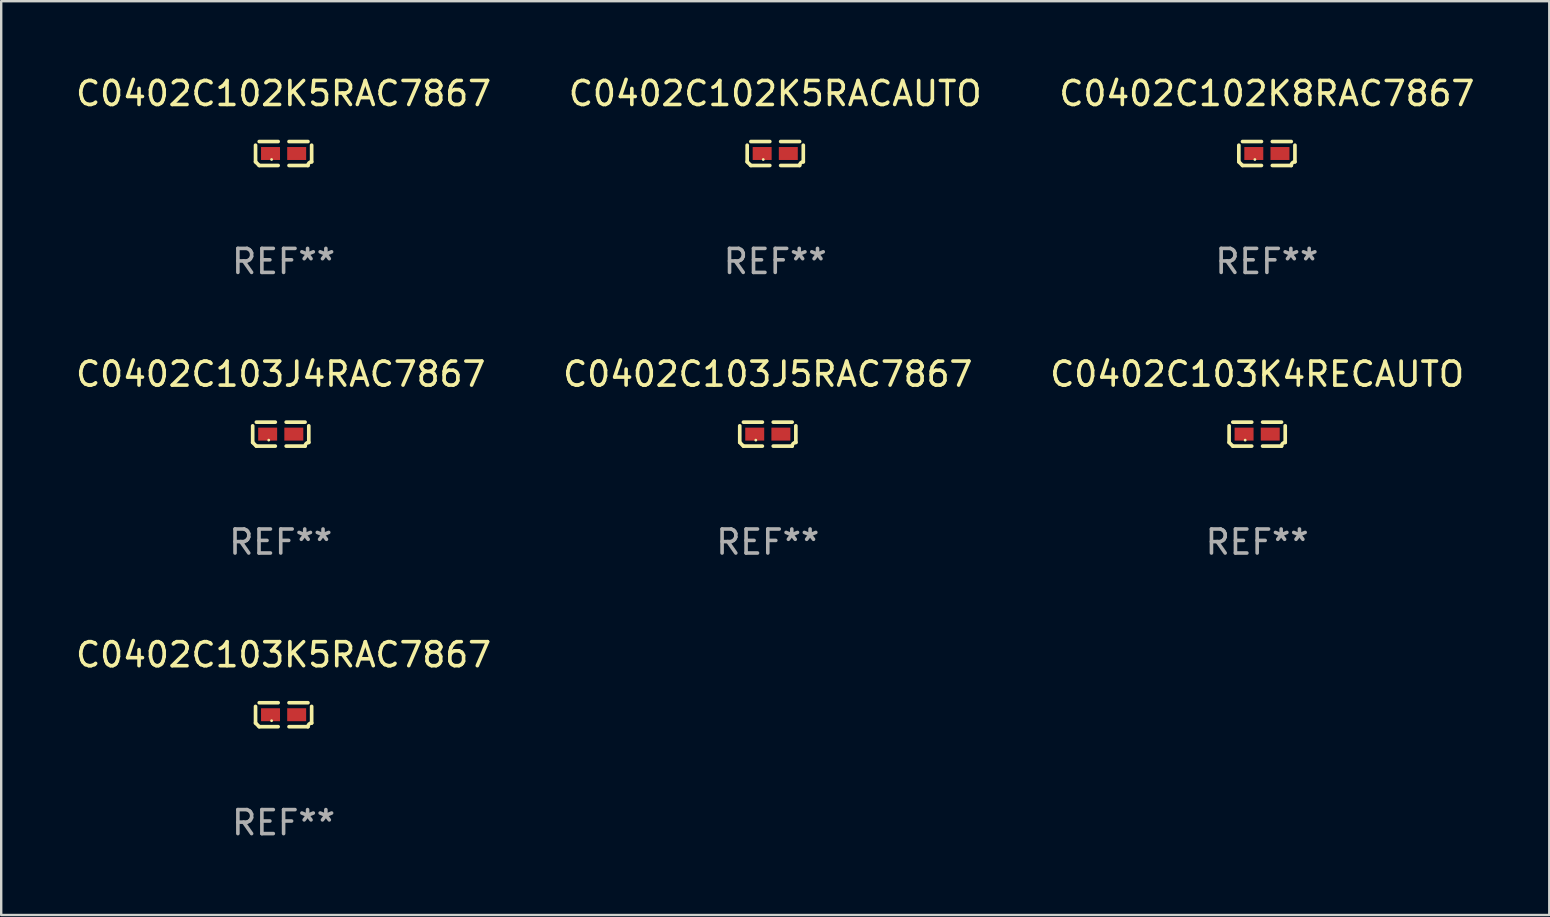
<source format=kicad_pcb>
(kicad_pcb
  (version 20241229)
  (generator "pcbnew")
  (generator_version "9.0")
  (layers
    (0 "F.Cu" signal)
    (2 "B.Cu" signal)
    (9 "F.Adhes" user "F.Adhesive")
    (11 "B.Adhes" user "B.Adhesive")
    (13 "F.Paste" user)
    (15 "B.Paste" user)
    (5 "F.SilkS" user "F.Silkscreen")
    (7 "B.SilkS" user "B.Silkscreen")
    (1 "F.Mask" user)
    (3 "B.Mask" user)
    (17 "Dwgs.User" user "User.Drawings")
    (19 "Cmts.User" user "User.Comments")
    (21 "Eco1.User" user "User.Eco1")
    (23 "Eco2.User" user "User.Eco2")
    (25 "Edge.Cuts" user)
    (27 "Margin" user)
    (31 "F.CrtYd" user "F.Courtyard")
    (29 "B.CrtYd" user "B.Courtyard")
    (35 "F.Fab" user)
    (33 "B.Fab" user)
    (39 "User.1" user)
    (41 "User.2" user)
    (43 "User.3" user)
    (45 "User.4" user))
  (footprint "C0402C102K8RAC7867"
    (layer "F.Cu")
    (at 49.744 3.347)
    (property "Reference" "C0402C102K8RAC7867" (at 0 -2.499 0) (layer "F.SilkS") (effects (font (size 1 1) (thickness 0.15))))
    (attr through_hole)
    (fp_line (start -1.169 0.346) (end -1.169 -0.346) (stroke (width 0.152) (type solid)) (layer "F.SilkS"))
    (fp_line (start -1.016 -0.499) (end -0.226 -0.499) (stroke (width 0.152) (type solid)) (layer "F.SilkS"))
    (fp_line (start -0.226 0.499) (end -1.016 0.499) (stroke (width 0.152) (type solid)) (layer "F.SilkS"))
    (fp_line (start 0.226 0.499) (end 1.016 0.499) (stroke (width 0.152) (type solid)) (layer "F.SilkS"))
    (fp_line (start 1.016 -0.499) (end 0.226 -0.499) (stroke (width 0.152) (type solid)) (layer "F.SilkS"))
    (fp_line (start 1.169 0.346) (end 1.169 -0.346) (stroke (width 0.152) (type solid)) (layer "F.SilkS"))
    (fp_arc (start -1.016307 0.498603) (mid -1.092512 0.422405) (end -1.16871 0.3462) (stroke (width 0.1524) (type solid)) (layer "F.SilkS"))
    (fp_arc (start 1.016307 0.498603) (mid 1.060899 0.390758) (end 1.168707 0.346076) (stroke (width 0.1524) (type solid)) (layer "F.SilkS"))
    (fp_circle (center -0.5 0.25) (end -0.47 0.25) (stroke (width 0.06) (type solid)) (fill no) (layer "F.SilkS"))
    (fp_text user "REF**" (at 0 4.499 0) (layer "F.Fab") (effects (font (size 1 1) (thickness 0.15))))
    (pad "1" smd rect (at -0.545 0) (size 0.79 0.54) (layers "F.Cu" "F.Mask" "F.Paste"))
    (pad "2" smd rect (at 0.545 0) (size 0.79 0.54) (layers "F.Cu" "F.Mask" "F.Paste")))
  (footprint "C0402C103J5RAC7867"
    (layer "F.Cu")
    (at 28.946 15.041)
    (property "Reference" "C0402C103J5RAC7867" (at 0 -2.499 0) (layer "F.SilkS") (effects (font (size 1 1) (thickness 0.15))))
    (attr through_hole)
    (fp_line (start -1.169 0.346) (end -1.169 -0.346) (stroke (width 0.152) (type solid)) (layer "F.SilkS"))
    (fp_line (start -1.016 -0.499) (end -0.226 -0.499) (stroke (width 0.152) (type solid)) (layer "F.SilkS"))
    (fp_line (start -0.226 0.499) (end -1.016 0.499) (stroke (width 0.152) (type solid)) (layer "F.SilkS"))
    (fp_line (start 0.226 0.499) (end 1.016 0.499) (stroke (width 0.152) (type solid)) (layer "F.SilkS"))
    (fp_line (start 1.016 -0.499) (end 0.226 -0.499) (stroke (width 0.152) (type solid)) (layer "F.SilkS"))
    (fp_line (start 1.169 0.346) (end 1.169 -0.346) (stroke (width 0.152) (type solid)) (layer "F.SilkS"))
    (fp_arc (start -1.016307 0.498603) (mid -1.092512 0.422405) (end -1.16871 0.3462) (stroke (width 0.1524) (type solid)) (layer "F.SilkS"))
    (fp_arc (start 1.016307 0.498603) (mid 1.060899 0.390758) (end 1.168707 0.346076) (stroke (width 0.1524) (type solid)) (layer "F.SilkS"))
    (fp_circle (center -0.5 0.25) (end -0.47 0.25) (stroke (width 0.06) (type solid)) (fill no) (layer "F.SilkS"))
    (fp_text user "REF**" (at 0 4.499 0) (layer "F.Fab") (effects (font (size 1 1) (thickness 0.15))))
    (pad "1" smd rect (at -0.545 0) (size 0.79 0.54) (layers "F.Cu" "F.Mask" "F.Paste"))
    (pad "2" smd rect (at 0.545 0) (size 0.79 0.54) (layers "F.Cu" "F.Mask" "F.Paste")))
  (footprint "C0402C103J4RAC7867"
    (layer "F.Cu")
    (at 8.649 15.041)
    (property "Reference" "C0402C103J4RAC7867" (at 0 -2.499 0) (layer "F.SilkS") (effects (font (size 1 1) (thickness 0.15))))
    (attr through_hole)
    (fp_line (start -1.169 0.346) (end -1.169 -0.346) (stroke (width 0.152) (type solid)) (layer "F.SilkS"))
    (fp_line (start -1.016 -0.499) (end -0.226 -0.499) (stroke (width 0.152) (type solid)) (layer "F.SilkS"))
    (fp_line (start -0.226 0.499) (end -1.016 0.499) (stroke (width 0.152) (type solid)) (layer "F.SilkS"))
    (fp_line (start 0.226 0.499) (end 1.016 0.499) (stroke (width 0.152) (type solid)) (layer "F.SilkS"))
    (fp_line (start 1.016 -0.499) (end 0.226 -0.499) (stroke (width 0.152) (type solid)) (layer "F.SilkS"))
    (fp_line (start 1.169 0.346) (end 1.169 -0.346) (stroke (width 0.152) (type solid)) (layer "F.SilkS"))
    (fp_arc (start -1.016307 0.498603) (mid -1.092512 0.422405) (end -1.16871 0.3462) (stroke (width 0.1524) (type solid)) (layer "F.SilkS"))
    (fp_arc (start 1.016307 0.498603) (mid 1.060899 0.390758) (end 1.168707 0.346076) (stroke (width 0.1524) (type solid)) (layer "F.SilkS"))
    (fp_circle (center -0.5 0.25) (end -0.47 0.25) (stroke (width 0.06) (type solid)) (fill no) (layer "F.SilkS"))
    (fp_text user "REF**" (at 0 4.499 0) (layer "F.Fab") (effects (font (size 1 1) (thickness 0.15))))
    (pad "1" smd rect (at -0.545 0) (size 0.79 0.54) (layers "F.Cu" "F.Mask" "F.Paste"))
    (pad "2" smd rect (at 0.545 0) (size 0.79 0.54) (layers "F.Cu" "F.Mask" "F.Paste")))
  (footprint "C0402C103K5RAC7867"
    (layer "F.Cu")
    (at 8.768 26.734)
    (property "Reference" "C0402C103K5RAC7867" (at 0 -2.499 0) (layer "F.SilkS") (effects (font (size 1 1) (thickness 0.15))))
    (attr through_hole)
    (fp_line (start -1.169 0.346) (end -1.169 -0.346) (stroke (width 0.152) (type solid)) (layer "F.SilkS"))
    (fp_line (start -1.016 -0.499) (end -0.226 -0.499) (stroke (width 0.152) (type solid)) (layer "F.SilkS"))
    (fp_line (start -0.226 0.499) (end -1.016 0.499) (stroke (width 0.152) (type solid)) (layer "F.SilkS"))
    (fp_line (start 0.226 0.499) (end 1.016 0.499) (stroke (width 0.152) (type solid)) (layer "F.SilkS"))
    (fp_line (start 1.016 -0.499) (end 0.226 -0.499) (stroke (width 0.152) (type solid)) (layer "F.SilkS"))
    (fp_line (start 1.169 0.346) (end 1.169 -0.346) (stroke (width 0.152) (type solid)) (layer "F.SilkS"))
    (fp_arc (start -1.016307 0.498603) (mid -1.092512 0.422405) (end -1.16871 0.3462) (stroke (width 0.1524) (type solid)) (layer "F.SilkS"))
    (fp_arc (start 1.016307 0.498603) (mid 1.060899 0.390758) (end 1.168707 0.346076) (stroke (width 0.1524) (type solid)) (layer "F.SilkS"))
    (fp_circle (center -0.5 0.25) (end -0.47 0.25) (stroke (width 0.06) (type solid)) (fill no) (layer "F.SilkS"))
    (fp_text user "REF**" (at 0 4.499 0) (layer "F.Fab") (effects (font (size 1 1) (thickness 0.15))))
    (pad "1" smd rect (at -0.545 0) (size 0.79 0.54) (layers "F.Cu" "F.Mask" "F.Paste"))
    (pad "2" smd rect (at 0.545 0) (size 0.79 0.54) (layers "F.Cu" "F.Mask" "F.Paste")))
  (footprint "C0402C102K5RACAUTO"
    (layer "F.Cu")
    (at 29.256 3.347)
    (property "Reference" "C0402C102K5RACAUTO" (at 0 -2.499 0) (layer "F.SilkS") (effects (font (size 1 1) (thickness 0.15))))
    (attr through_hole)
    (fp_line (start -1.169 0.346) (end -1.169 -0.346) (stroke (width 0.152) (type solid)) (layer "F.SilkS"))
    (fp_line (start -1.016 -0.499) (end -0.226 -0.499) (stroke (width 0.152) (type solid)) (layer "F.SilkS"))
    (fp_line (start -0.226 0.499) (end -1.016 0.499) (stroke (width 0.152) (type solid)) (layer "F.SilkS"))
    (fp_line (start 0.226 0.499) (end 1.016 0.499) (stroke (width 0.152) (type solid)) (layer "F.SilkS"))
    (fp_line (start 1.016 -0.499) (end 0.226 -0.499) (stroke (width 0.152) (type solid)) (layer "F.SilkS"))
    (fp_line (start 1.169 0.346) (end 1.169 -0.346) (stroke (width 0.152) (type solid)) (layer "F.SilkS"))
    (fp_arc (start -1.016307 0.498603) (mid -1.092512 0.422405) (end -1.16871 0.3462) (stroke (width 0.1524) (type solid)) (layer "F.SilkS"))
    (fp_arc (start 1.016307 0.498603) (mid 1.060899 0.390758) (end 1.168707 0.346076) (stroke (width 0.1524) (type solid)) (layer "F.SilkS"))
    (fp_circle (center -0.5 0.25) (end -0.47 0.25) (stroke (width 0.06) (type solid)) (fill no) (layer "F.SilkS"))
    (fp_text user "REF**" (at 0 4.499 0) (layer "F.Fab") (effects (font (size 1 1) (thickness 0.15))))
    (pad "1" smd rect (at -0.545 0) (size 0.79 0.54) (layers "F.Cu" "F.Mask" "F.Paste"))
    (pad "2" smd rect (at 0.545 0) (size 0.79 0.54) (layers "F.Cu" "F.Mask" "F.Paste")))
  (footprint "C0402C103K4RECAUTO"
    (layer "F.Cu")
    (at 49.339 15.041)
    (property "Reference" "C0402C103K4RECAUTO" (at 0 -2.499 0) (layer "F.SilkS") (effects (font (size 1 1) (thickness 0.15))))
    (attr through_hole)
    (fp_line (start -1.169 0.346) (end -1.169 -0.346) (stroke (width 0.152) (type solid)) (layer "F.SilkS"))
    (fp_line (start -1.016 -0.499) (end -0.226 -0.499) (stroke (width 0.152) (type solid)) (layer "F.SilkS"))
    (fp_line (start -0.226 0.499) (end -1.016 0.499) (stroke (width 0.152) (type solid)) (layer "F.SilkS"))
    (fp_line (start 0.226 0.499) (end 1.016 0.499) (stroke (width 0.152) (type solid)) (layer "F.SilkS"))
    (fp_line (start 1.016 -0.499) (end 0.226 -0.499) (stroke (width 0.152) (type solid)) (layer "F.SilkS"))
    (fp_line (start 1.169 0.346) (end 1.169 -0.346) (stroke (width 0.152) (type solid)) (layer "F.SilkS"))
    (fp_arc (start -1.016307 0.498603) (mid -1.092512 0.422405) (end -1.16871 0.3462) (stroke (width 0.1524) (type solid)) (layer "F.SilkS"))
    (fp_arc (start 1.016307 0.498603) (mid 1.060899 0.390758) (end 1.168707 0.346076) (stroke (width 0.1524) (type solid)) (layer "F.SilkS"))
    (fp_circle (center -0.5 0.25) (end -0.47 0.25) (stroke (width 0.06) (type solid)) (fill no) (layer "F.SilkS"))
    (fp_text user "REF**" (at 0 4.499 0) (layer "F.Fab") (effects (font (size 1 1) (thickness 0.15))))
    (pad "1" smd rect (at -0.545 0) (size 0.79 0.54) (layers "F.Cu" "F.Mask" "F.Paste"))
    (pad "2" smd rect (at 0.545 0) (size 0.79 0.54) (layers "F.Cu" "F.Mask" "F.Paste")))
  (footprint "C0402C102K5RAC7867"
    (layer "F.Cu")
    (at 8.768 3.347)
    (property "Reference" "C0402C102K5RAC7867" (at 0 -2.499 0) (layer "F.SilkS") (effects (font (size 1 1) (thickness 0.15))))
    (attr through_hole)
    (fp_line (start -1.169 0.346) (end -1.169 -0.346) (stroke (width 0.152) (type solid)) (layer "F.SilkS"))
    (fp_line (start -1.016 -0.499) (end -0.226 -0.499) (stroke (width 0.152) (type solid)) (layer "F.SilkS"))
    (fp_line (start -0.226 0.499) (end -1.016 0.499) (stroke (width 0.152) (type solid)) (layer "F.SilkS"))
    (fp_line (start 0.226 0.499) (end 1.016 0.499) (stroke (width 0.152) (type solid)) (layer "F.SilkS"))
    (fp_line (start 1.016 -0.499) (end 0.226 -0.499) (stroke (width 0.152) (type solid)) (layer "F.SilkS"))
    (fp_line (start 1.169 0.346) (end 1.169 -0.346) (stroke (width 0.152) (type solid)) (layer "F.SilkS"))
    (fp_arc (start -1.016307 0.498603) (mid -1.092512 0.422405) (end -1.16871 0.3462) (stroke (width 0.1524) (type solid)) (layer "F.SilkS"))
    (fp_arc (start 1.016307 0.498603) (mid 1.060899 0.390758) (end 1.168707 0.346076) (stroke (width 0.1524) (type solid)) (layer "F.SilkS"))
    (fp_circle (center -0.5 0.25) (end -0.47 0.25) (stroke (width 0.06) (type solid)) (fill no) (layer "F.SilkS"))
    (fp_text user "REF**" (at 0 4.499 0) (layer "F.Fab") (effects (font (size 1 1) (thickness 0.15))))
    (pad "1" smd rect (at -0.545 0) (size 0.79 0.54) (layers "F.Cu" "F.Mask" "F.Paste"))
    (pad "2" smd rect (at 0.545 0) (size 0.79 0.54) (layers "F.Cu" "F.Mask" "F.Paste")))
  (gr_rect
    (start -3 -3)
    (end 61.512 35.081)
    (stroke (width 0.1) (type default))
    (fill no)
    (layer "Edge.Cuts")))
</source>
